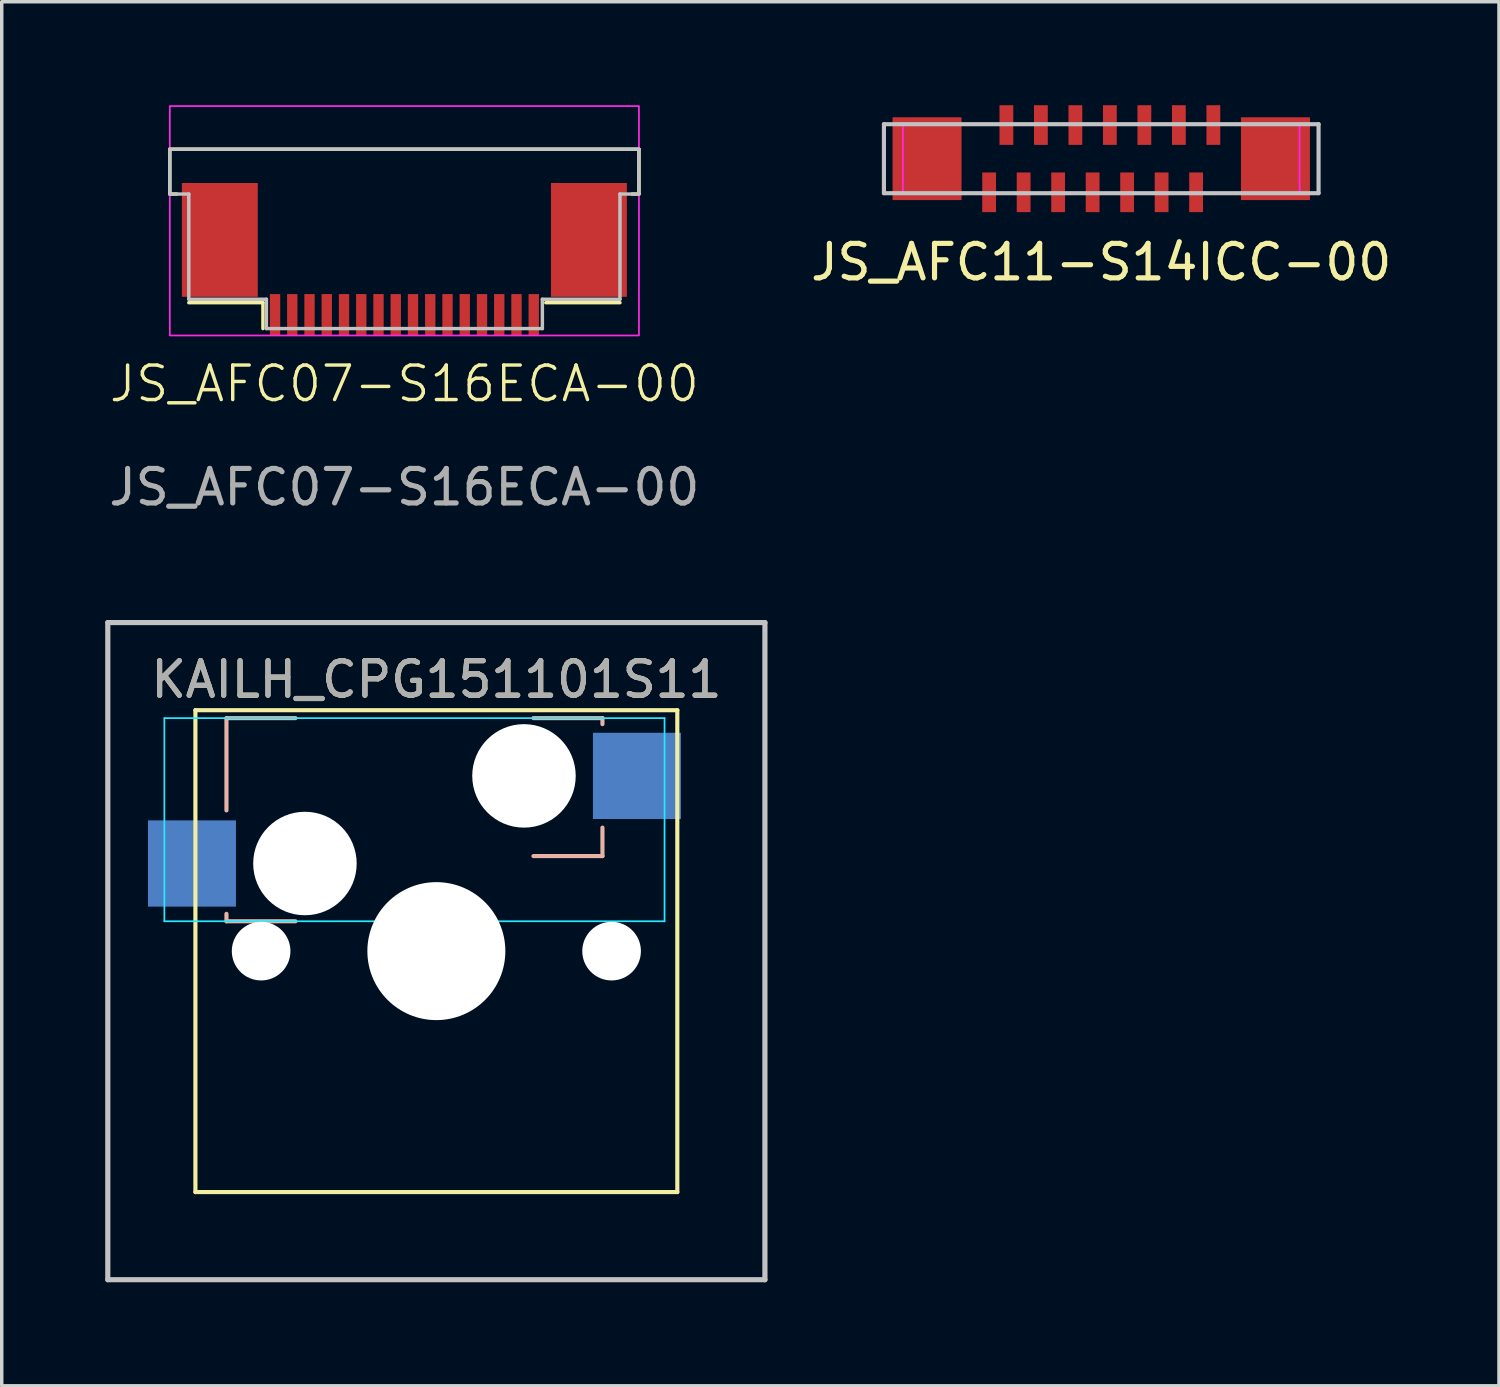
<source format=kicad_pcb>
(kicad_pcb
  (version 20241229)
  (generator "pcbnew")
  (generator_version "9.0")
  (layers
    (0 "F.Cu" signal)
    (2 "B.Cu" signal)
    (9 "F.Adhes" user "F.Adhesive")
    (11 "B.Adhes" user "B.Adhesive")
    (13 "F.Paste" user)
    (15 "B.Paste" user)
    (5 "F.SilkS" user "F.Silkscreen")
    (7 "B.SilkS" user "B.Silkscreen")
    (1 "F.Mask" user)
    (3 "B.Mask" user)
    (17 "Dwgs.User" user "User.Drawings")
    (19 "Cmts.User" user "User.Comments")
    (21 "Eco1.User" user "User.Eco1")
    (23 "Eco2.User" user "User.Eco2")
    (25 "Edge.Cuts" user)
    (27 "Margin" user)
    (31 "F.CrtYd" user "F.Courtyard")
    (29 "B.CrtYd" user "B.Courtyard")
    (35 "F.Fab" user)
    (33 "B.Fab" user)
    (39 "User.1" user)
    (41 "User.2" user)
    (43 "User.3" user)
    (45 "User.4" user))
  (footprint "JS_AFC07-S16ECA-00"
    (layer "F.Cu")
    (at 8.673 6.075)
    (property "Reference" "JS_AFC07-S16ECA-00" (at 0 2 0) (unlocked yes) (layer "F.SilkS") (effects (font (size 1 1) (thickness 0.1))))
    (attr smd)
    (fp_line (start -6.8 -4.8) (end -6.8 -3.5) (stroke (width 0.1) (type default)) (layer "F.SilkS"))
    (fp_line (start -6.8 -4.8) (end 6.8 -4.8) (stroke (width 0.1) (type default)) (layer "F.SilkS"))
    (fp_line (start -6.8 -3.5) (end -6.6 -3.5) (stroke (width 0.1) (type default)) (layer "F.SilkS"))
    (fp_line (start -6.25 -0.35) (end -4.1 -0.35) (stroke (width 0.1) (type default)) (layer "F.SilkS"))
    (fp_line (start -4.1 -0.35) (end -4.1 0.4) (stroke (width 0.1) (type default)) (layer "F.SilkS"))
    (fp_line (start 6.25 -0.35) (end 4.1 -0.35) (stroke (width 0.1) (type default)) (layer "F.SilkS"))
    (fp_line (start 6.8 -4.8) (end 6.8 -3.5) (stroke (width 0.1) (type default)) (layer "F.SilkS"))
    (fp_line (start 6.8 -3.5) (end 6.6 -3.5) (stroke (width 0.1) (type default)) (layer "F.SilkS"))
    (fp_line (start -6.8 -4.8) (end -6.8 -3.5) (stroke (width 0.1) (type default)) (layer "Dwgs.User"))
    (fp_line (start -6.8 -4.8) (end 6.8 -4.8) (stroke (width 0.1) (type default)) (layer "Dwgs.User"))
    (fp_line (start -6.8 -3.5) (end -6.25 -3.5) (stroke (width 0.1) (type default)) (layer "Dwgs.User"))
    (fp_line (start -6.25 -3.5) (end -6.25 -0.45) (stroke (width 0.1) (type default)) (layer "Dwgs.User"))
    (fp_line (start -6.25 -0.45) (end -4 -0.45) (stroke (width 0.1) (type default)) (layer "Dwgs.User"))
    (fp_line (start -4 -0.45) (end -4 0.4) (stroke (width 0.1) (type default)) (layer "Dwgs.User"))
    (fp_line (start -4 0.4) (end 4 0.4) (stroke (width 0.1) (type default)) (layer "Dwgs.User"))
    (fp_line (start 4 -0.45) (end 4 0.4) (stroke (width 0.1) (type default)) (layer "Dwgs.User"))
    (fp_line (start 6.25 -3.5) (end 6.25 -0.45) (stroke (width 0.1) (type default)) (layer "Dwgs.User"))
    (fp_line (start 6.25 -0.45) (end 4 -0.45) (stroke (width 0.1) (type default)) (layer "Dwgs.User"))
    (fp_line (start 6.8 -4.8) (end 6.8 -3.5) (stroke (width 0.1) (type default)) (layer "Dwgs.User"))
    (fp_line (start 6.8 -3.5) (end 6.25 -3.5) (stroke (width 0.1) (type default)) (layer "Dwgs.User"))
    (fp_rect (start -6.8 -6.05) (end 6.8 0.6) (stroke (width 0.05) (type default)) (fill no) (layer "F.CrtYd"))
    (fp_text user "${REFERENCE}" (at 0 5 0) (unlocked yes) (layer "F.Fab") (effects (font (size 1 1) (thickness 0.15))))
    (pad "1" smd rect (at 3.75 0) (size 0.3 1.2) (layers "F.Cu" "F.Mask" "F.Paste"))
    (pad "2" smd rect (at 3.25 0) (size 0.3 1.2) (layers "F.Cu" "F.Mask" "F.Paste"))
    (pad "3" smd rect (at 2.75 0) (size 0.3 1.2) (layers "F.Cu" "F.Mask" "F.Paste"))
    (pad "4" smd rect (at 2.25 0) (size 0.3 1.2) (layers "F.Cu" "F.Mask" "F.Paste"))
    (pad "5" smd rect (at 1.75 0) (size 0.3 1.2) (layers "F.Cu" "F.Mask" "F.Paste"))
    (pad "6" smd rect (at 1.25 0) (size 0.3 1.2) (layers "F.Cu" "F.Mask" "F.Paste"))
    (pad "7" smd rect (at 0.75 0) (size 0.3 1.2) (layers "F.Cu" "F.Mask" "F.Paste"))
    (pad "8" smd rect (at 0.25 0) (size 0.3 1.2) (layers "F.Cu" "F.Mask" "F.Paste"))
    (pad "9" smd rect (at -0.25 0) (size 0.3 1.2) (layers "F.Cu" "F.Mask" "F.Paste"))
    (pad "10" smd rect (at -0.75 0) (size 0.3 1.2) (layers "F.Cu" "F.Mask" "F.Paste"))
    (pad "11" smd rect (at -1.25 0) (size 0.3 1.2) (layers "F.Cu" "F.Mask" "F.Paste"))
    (pad "12" smd rect (at -1.75 0) (size 0.3 1.2) (layers "F.Cu" "F.Mask" "F.Paste"))
    (pad "13" smd rect (at -2.25 0) (size 0.3 1.2) (layers "F.Cu" "F.Mask" "F.Paste"))
    (pad "14" smd rect (at -2.75 0) (size 0.3 1.2) (layers "F.Cu" "F.Mask" "F.Paste"))
    (pad "15" smd rect (at -3.25 0) (size 0.3 1.2) (layers "F.Cu" "F.Mask" "F.Paste"))
    (pad "16" smd rect (at -3.75 0) (size 0.3 1.2) (layers "F.Cu" "F.Mask" "F.Paste"))
    (pad "MP" smd rect (at -5.35 -2.17) (size 2.2 3.3) (layers "F.Cu" "F.Mask" "F.Paste"))
    (pad "MP" smd rect (at 5.35 -2.17) (size 2.2 3.3) (layers "F.Cu" "F.Mask" "F.Paste")))
  (footprint "JS_AFC11-S14ICC-00"
    (layer "F.Cu")
    (at 28.875 1.55)
    (property "Reference" "JS_AFC11-S14ICC-00" (at 0 3 0) (layer "F.SilkS") (effects (font (size 1 1) (thickness 0.15))))
    (attr through_hole)
    (fp_line (start -6.3 -1) (end 6.3 -1) (stroke (width 0.12) (type solid)) (layer "Dwgs.User"))
    (fp_line (start -6.3 1) (end -6.3 -1) (stroke (width 0.12) (type solid)) (layer "Dwgs.User"))
    (fp_line (start 6.3 -1) (end 6.3 1) (stroke (width 0.12) (type solid)) (layer "Dwgs.User"))
    (fp_line (start 6.3 1) (end -6.3 1) (stroke (width 0.12) (type solid)) (layer "Dwgs.User"))
    (fp_line (start -5.75 -1) (end -5.75 1) (stroke (width 0.05) (type solid)) (layer "F.CrtYd"))
    (fp_line (start -5.75 1) (end 5.75 1) (stroke (width 0.05) (type solid)) (layer "F.CrtYd"))
    (fp_line (start 5.75 -1) (end -5.75 -1) (stroke (width 0.05) (type solid)) (layer "F.CrtYd"))
    (fp_line (start 5.75 1) (end 5.75 -1) (stroke (width 0.05) (type solid)) (layer "F.CrtYd"))
    (pad "" smd rect (at -5.05 0) (size 2 2.4) (layers "F.Cu" "F.Mask" "F.Paste"))
    (pad "" smd rect (at 5.05 0) (size 2 2.4) (layers "F.Cu" "F.Mask" "F.Paste"))
    (pad "1" smd rect (at -3.25 0.975) (size 0.4 1.15) (layers "F.Cu" "F.Mask" "F.Paste"))
    (pad "2" smd rect (at -2.75 -0.975) (size 0.4 1.15) (layers "F.Cu" "F.Mask" "F.Paste"))
    (pad "3" smd rect (at -2.25 0.975) (size 0.4 1.15) (layers "F.Cu" "F.Mask" "F.Paste"))
    (pad "4" smd rect (at -1.75 -0.975) (size 0.4 1.15) (layers "F.Cu" "F.Mask" "F.Paste"))
    (pad "5" smd rect (at -1.25 0.975) (size 0.4 1.15) (layers "F.Cu" "F.Mask" "F.Paste"))
    (pad "6" smd rect (at -0.75 -0.975) (size 0.4 1.15) (layers "F.Cu" "F.Mask" "F.Paste"))
    (pad "7" smd rect (at -0.25 0.975) (size 0.4 1.15) (layers "F.Cu" "F.Mask" "F.Paste"))
    (pad "8" smd rect (at 0.25 -0.975) (size 0.4 1.15) (layers "F.Cu" "F.Mask" "F.Paste"))
    (pad "9" smd rect (at 0.75 0.975) (size 0.4 1.15) (layers "F.Cu" "F.Mask" "F.Paste"))
    (pad "10" smd rect (at 1.25 -0.975) (size 0.4 1.15) (layers "F.Cu" "F.Mask" "F.Paste"))
    (pad "11" smd rect (at 1.75 0.975) (size 0.4 1.15) (layers "F.Cu" "F.Mask" "F.Paste"))
    (pad "12" smd rect (at 2.25 -0.975) (size 0.4 1.15) (layers "F.Cu" "F.Mask" "F.Paste"))
    (pad "13" smd rect (at 2.75 0.975) (size 0.4 1.15) (layers "F.Cu" "F.Mask" "F.Paste"))
    (pad "14" smd rect (at 3.25 -0.975) (size 0.4 1.15) (layers "F.Cu" "F.Mask" "F.Paste")))
  (footprint "KAILH_CPG151101S11"
    (layer "F.Cu")
    (at 12.14 19.443)
    (property "Reference" "KAILH_CPG151101S11" (at -2.54 -2.794 0) (layer "F.SilkS") (effects (font (size 1 1) (thickness 0.15))))
    (attr smd)
    (fp_line (start -9.525 -1.905) (end 4.445 -1.905) (stroke (width 0.12) (type solid)) (layer "F.SilkS"))
    (fp_line (start -9.525 12.065) (end -9.525 -1.905) (stroke (width 0.12) (type solid)) (layer "F.SilkS"))
    (fp_line (start 4.445 -1.905) (end 4.445 12.065) (stroke (width 0.12) (type solid)) (layer "F.SilkS"))
    (fp_line (start 4.445 12.065) (end -9.525 12.065) (stroke (width 0.12) (type solid)) (layer "F.SilkS"))
    (fp_line (start -8.625 -1.675) (end -8.625 1) (stroke (width 0.12) (type solid)) (layer "B.SilkS"))
    (fp_line (start -8.625 4.215) (end -8.625 4) (stroke (width 0.12) (type solid)) (layer "B.SilkS"))
    (fp_line (start -8.625 4.215) (end -6.625 4.215) (stroke (width 0.12) (type solid)) (layer "B.SilkS"))
    (fp_line (start -6.625 -1.675) (end -8.625 -1.675) (stroke (width 0.12) (type solid)) (layer "B.SilkS"))
    (fp_line (start 0.275 -1.675) (end 2.275 -1.675) (stroke (width 0.12) (type solid)) (layer "B.SilkS"))
    (fp_line (start 0.275 2.325) (end 2.275 2.325) (stroke (width 0.12) (type solid)) (layer "B.SilkS"))
    (fp_line (start 2.275 -1.675) (end 2.275 -1.5) (stroke (width 0.12) (type solid)) (layer "B.SilkS"))
    (fp_line (start 2.275 1.5) (end 2.275 2.325) (stroke (width 0.12) (type solid)) (layer "B.SilkS"))
    (fp_line (start -12.065 -4.445) (end 6.985 -4.445) (stroke (width 0.15) (type solid)) (layer "Dwgs.User"))
    (fp_line (start -12.065 14.605) (end -12.065 -4.445) (stroke (width 0.15) (type solid)) (layer "Dwgs.User"))
    (fp_line (start 6.985 -4.445) (end 6.985 14.605) (stroke (width 0.15) (type solid)) (layer "Dwgs.User"))
    (fp_line (start 6.985 14.605) (end -12.065 14.605) (stroke (width 0.15) (type solid)) (layer "Dwgs.User"))
    (fp_line (start -10.425 -1.675) (end 4.075 -1.675) (stroke (width 0.05) (type solid)) (layer "B.CrtYd"))
    (fp_line (start -10.425 4.215) (end -10.425 -1.675) (stroke (width 0.05) (type solid)) (layer "B.CrtYd"))
    (fp_line (start 4.075 -1.675) (end 4.075 4.215) (stroke (width 0.05) (type solid)) (layer "B.CrtYd"))
    (fp_line (start 4.075 4.215) (end -10.425 4.215) (stroke (width 0.05) (type solid)) (layer "B.CrtYd"))
    (fp_text user "${REFERENCE}" (at -2.54 -2.794 0) (layer "F.Fab") (effects (font (size 1 1) (thickness 0.15))))
    (pad "" np_thru_hole circle (at -7.62 5.08) (size 1.7 1.7) (drill 1.7) (layers "*.Cu" "*.Mask"))
    (pad "" np_thru_hole circle (at -6.35 2.54) (size 3 3) (drill 3) (layers "*.Cu" "*.Mask"))
    (pad "" np_thru_hole circle (at -2.54 5.08) (size 4 4) (drill 4) (layers "*.Cu" "*.Mask"))
    (pad "" np_thru_hole circle (at 0 0) (size 3 3) (drill 3) (layers "*.Cu" "*.Mask"))
    (pad "" np_thru_hole circle (at 2.54 5.08) (size 1.7 1.7) (drill 1.7) (layers "*.Cu" "*.Mask"))
    (pad "1" smd rect (at 3.275 0) (size 2.55 2.5) (layers "B.Cu" "B.Mask" "B.Paste"))
    (pad "2" smd rect (at -9.625 2.54) (size 2.55 2.5) (layers "B.Cu" "B.Mask" "B.Paste")))
  (gr_rect
    (start -3 -3)
    (end 40.405 37.123)
    (stroke (width 0.1) (type default))
    (fill no)
    (layer "Edge.Cuts")))
</source>
